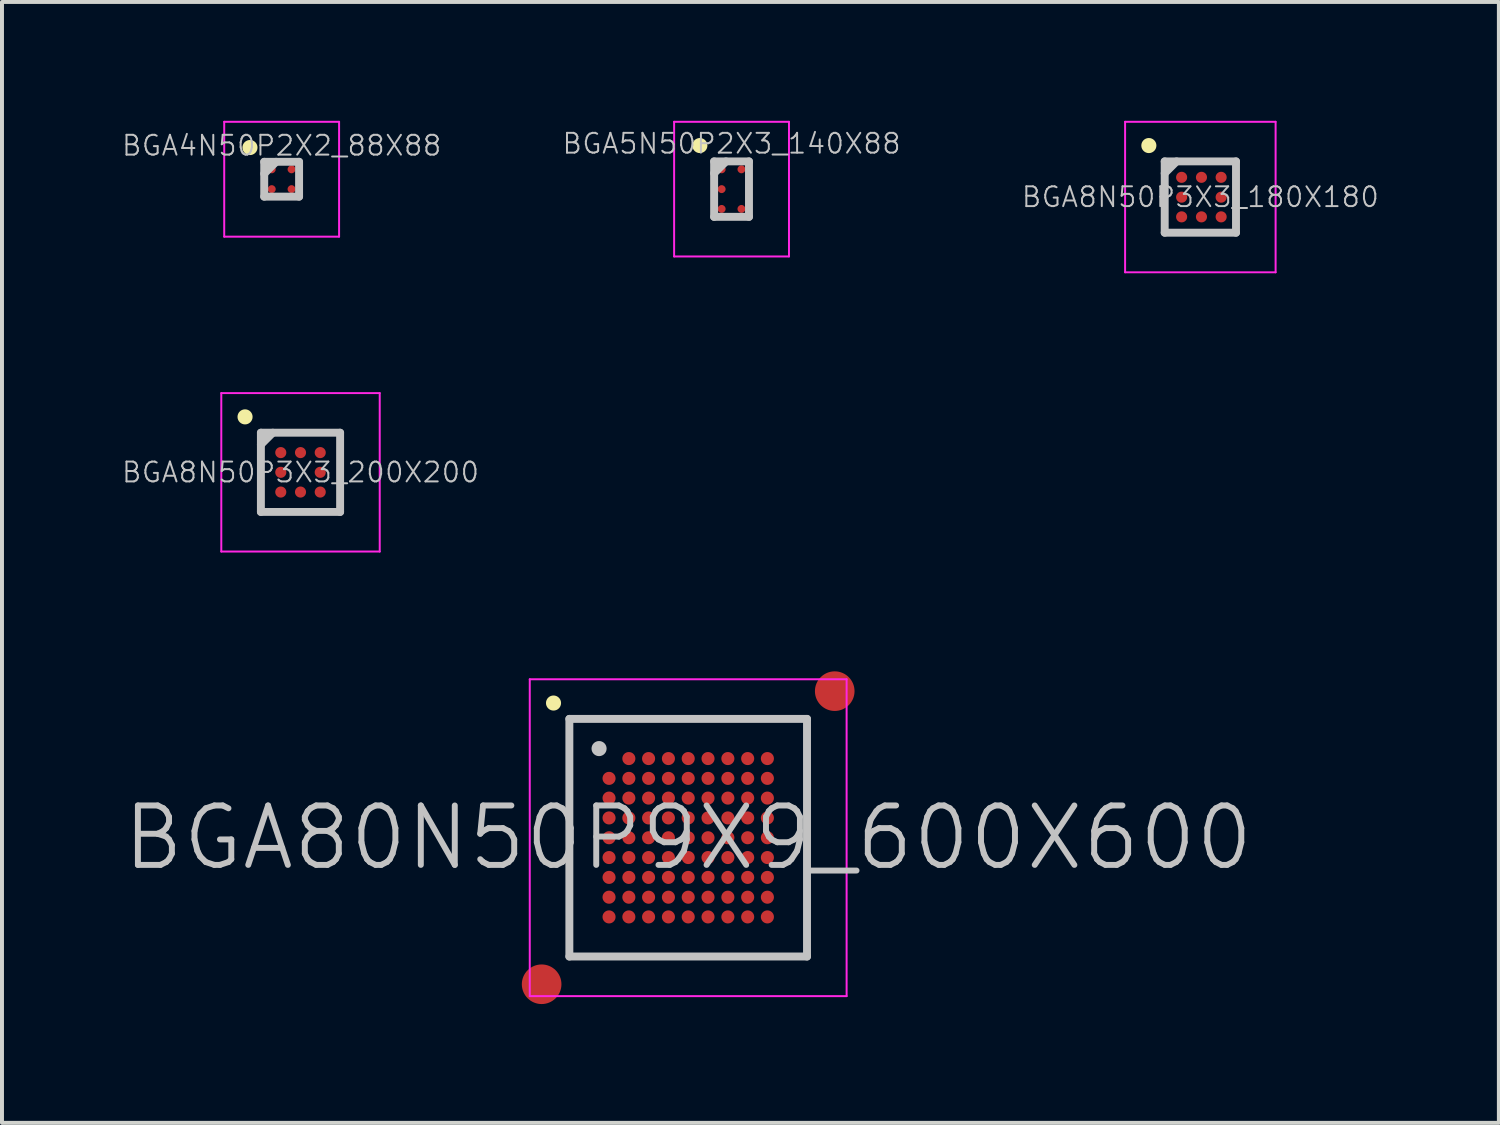
<source format=kicad_pcb>
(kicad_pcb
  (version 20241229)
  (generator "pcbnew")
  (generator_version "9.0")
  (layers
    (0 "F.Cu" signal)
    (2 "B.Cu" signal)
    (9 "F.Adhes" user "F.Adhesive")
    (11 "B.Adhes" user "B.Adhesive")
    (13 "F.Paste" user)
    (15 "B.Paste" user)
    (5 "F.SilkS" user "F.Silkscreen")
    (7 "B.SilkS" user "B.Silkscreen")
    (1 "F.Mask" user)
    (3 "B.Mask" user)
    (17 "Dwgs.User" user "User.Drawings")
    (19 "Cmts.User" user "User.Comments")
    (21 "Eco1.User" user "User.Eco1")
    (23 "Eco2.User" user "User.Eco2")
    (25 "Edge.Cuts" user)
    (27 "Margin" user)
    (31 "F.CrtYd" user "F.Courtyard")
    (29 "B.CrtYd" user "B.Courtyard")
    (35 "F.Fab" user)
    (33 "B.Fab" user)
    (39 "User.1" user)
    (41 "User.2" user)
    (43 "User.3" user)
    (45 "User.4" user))
  (footprint "BGA8N50P3X3_200X200"
    (layer "F.Cu")
    (at 4.537 8.875)
    (property "Reference" "BGA8N50P3X3_200X200" (at 0 0 0) (layer "Dwgs.User") (effects (font (size 0.5 0.5) (thickness 0.05))))
    (attr smd)
    (fp_line (start -1.4 -1.4) (end -1.4 -1.4) (stroke (width 0.381) (type solid)) (layer "F.SilkS"))
    (fp_line (start -1 -1) (end -1 1) (stroke (width 0.2) (type solid)) (layer "Dwgs.User"))
    (fp_line (start -1 -1) (end 1 -1) (stroke (width 0.2) (type solid)) (layer "Dwgs.User"))
    (fp_line (start -1 -0.7) (end -0.7 -1) (stroke (width 0.2) (type solid)) (layer "Dwgs.User"))
    (fp_line (start -1 1) (end 1 1) (stroke (width 0.2) (type solid)) (layer "Dwgs.User"))
    (fp_line (start 1 -1) (end 1 1) (stroke (width 0.2) (type solid)) (layer "Dwgs.User"))
    (fp_line (start -2 -2) (end -2 2) (stroke (width 0.05) (type solid)) (layer "F.CrtYd"))
    (fp_line (start -2 -2) (end 2 -2) (stroke (width 0.05) (type solid)) (layer "F.CrtYd"))
    (fp_line (start -2 2) (end 2 2) (stroke (width 0.05) (type solid)) (layer "F.CrtYd"))
    (fp_line (start 2 -2) (end 2 2) (stroke (width 0.05) (type solid)) (layer "F.CrtYd"))
    (pad "A1" smd circle (at -0.498 -0.498 270) (size 0.28 0.28) (layers "F.Cu" "F.Mask" "F.Paste"))
    (pad "A2" smd circle (at 0 -0.498 270) (size 0.28 0.28) (layers "F.Cu" "F.Mask" "F.Paste"))
    (pad "A3" smd circle (at 0.498 -0.498 270) (size 0.28 0.28) (layers "F.Cu" "F.Mask" "F.Paste"))
    (pad "B1" smd circle (at -0.498 0 270) (size 0.28 0.28) (layers "F.Cu" "F.Mask" "F.Paste"))
    (pad "B3" smd circle (at 0.498 0 270) (size 0.28 0.28) (layers "F.Cu" "F.Mask" "F.Paste"))
    (pad "C1" smd circle (at -0.498 0.498 270) (size 0.28 0.28) (layers "F.Cu" "F.Mask" "F.Paste"))
    (pad "C2" smd circle (at 0 0.498 270) (size 0.28 0.28) (layers "F.Cu" "F.Mask" "F.Paste"))
    (pad "C3" smd circle (at 0.498 0.498 270) (size 0.28 0.28) (layers "F.Cu" "F.Mask" "F.Paste")))
  (footprint "BGA4N50P2X2_88X88"
    (layer "F.Cu")
    (at 4.061 1.475)
    (property "Reference" "BGA4N50P2X2_88X88" (at 0 -0.85 0) (layer "Dwgs.User") (effects (font (size 0.5 0.5) (thickness 0.05))))
    (attr smd)
    (fp_line (start -0.8 -0.8) (end -0.8 -0.8) (stroke (width 0.381) (type solid)) (layer "F.SilkS"))
    (fp_line (start -0.44 -0.44) (end -0.44 0.44) (stroke (width 0.2) (type solid)) (layer "Dwgs.User"))
    (fp_line (start -0.44 -0.44) (end 0.44 -0.44) (stroke (width 0.2) (type solid)) (layer "Dwgs.User"))
    (fp_line (start -0.44 -0.14) (end -0.14 -0.44) (stroke (width 0.2) (type solid)) (layer "Dwgs.User"))
    (fp_line (start -0.44 0.44) (end 0.44 0.44) (stroke (width 0.2) (type solid)) (layer "Dwgs.User"))
    (fp_line (start 0.44 -0.44) (end 0.44 0.44) (stroke (width 0.2) (type solid)) (layer "Dwgs.User"))
    (fp_line (start -1.45 -1.45) (end -1.45 1.45) (stroke (width 0.05) (type solid)) (layer "F.CrtYd"))
    (fp_line (start -1.45 -1.45) (end 1.45 -1.45) (stroke (width 0.05) (type solid)) (layer "F.CrtYd"))
    (fp_line (start -1.45 1.45) (end 1.45 1.45) (stroke (width 0.05) (type solid)) (layer "F.CrtYd"))
    (fp_line (start 1.45 -1.45) (end 1.45 1.45) (stroke (width 0.05) (type solid)) (layer "F.CrtYd"))
    (pad "A1" smd circle (at -0.25 -0.25) (size 0.2 0.2) (layers "F.Cu" "F.Mask" "F.Paste"))
    (pad "A2" smd circle (at 0.25 -0.25) (size 0.2 0.2) (layers "F.Cu" "F.Mask" "F.Paste"))
    (pad "B1" smd circle (at -0.25 0.25) (size 0.2 0.2) (layers "F.Cu" "F.Mask" "F.Paste"))
    (pad "B2" smd circle (at 0.25 0.25) (size 0.2 0.2) (layers "F.Cu" "F.Mask" "F.Paste")))
  (footprint "BGA5N50P2X3_140X88"
    (layer "F.Cu")
    (at 15.42 1.725)
    (property "Reference" "BGA5N50P2X3_140X88" (at 0 -1.15 0) (layer "Dwgs.User") (effects (font (size 0.5 0.5) (thickness 0.05))))
    (attr smd)
    (fp_line (start -0.8 -1.1) (end -0.8 -1.1) (stroke (width 0.381) (type solid)) (layer "F.SilkS"))
    (fp_line (start -0.44 -0.7) (end -0.44 0.7) (stroke (width 0.2) (type solid)) (layer "Dwgs.User"))
    (fp_line (start -0.44 -0.7) (end 0.44 -0.7) (stroke (width 0.2) (type solid)) (layer "Dwgs.User"))
    (fp_line (start -0.44 -0.4) (end -0.14 -0.7) (stroke (width 0.2) (type solid)) (layer "Dwgs.User"))
    (fp_line (start -0.44 0.7) (end 0.44 0.7) (stroke (width 0.2) (type solid)) (layer "Dwgs.User"))
    (fp_line (start 0.44 -0.7) (end 0.44 0.7) (stroke (width 0.2) (type solid)) (layer "Dwgs.User"))
    (fp_line (start -1.45 -1.7) (end -1.45 1.7) (stroke (width 0.05) (type solid)) (layer "F.CrtYd"))
    (fp_line (start -1.45 -1.7) (end 1.45 -1.7) (stroke (width 0.05) (type solid)) (layer "F.CrtYd"))
    (fp_line (start -1.45 1.7) (end 1.45 1.7) (stroke (width 0.05) (type solid)) (layer "F.CrtYd"))
    (fp_line (start 1.45 -1.7) (end 1.45 1.7) (stroke (width 0.05) (type solid)) (layer "F.CrtYd"))
    (pad "A1" smd circle (at -0.25 -0.5) (size 0.2 0.2) (layers "F.Cu" "F.Mask" "F.Paste"))
    (pad "A2" smd circle (at 0.25 -0.5) (size 0.2 0.2) (layers "F.Cu" "F.Mask" "F.Paste"))
    (pad "B1" smd circle (at -0.25 0) (size 0.2 0.2) (layers "F.Cu" "F.Mask" "F.Paste"))
    (pad "C1" smd circle (at -0.25 0.5) (size 0.2 0.2) (layers "F.Cu" "F.Mask" "F.Paste"))
    (pad "C2" smd circle (at 0.25 0.5) (size 0.2 0.2) (layers "F.Cu" "F.Mask" "F.Paste")))
  (footprint "BGA8N50P3X3_180X180"
    (layer "F.Cu")
    (at 27.256 1.925)
    (property "Reference" "BGA8N50P3X3_180X180" (at 0 0 0) (layer "Dwgs.User") (effects (font (size 0.5 0.5) (thickness 0.05))))
    (attr smd)
    (fp_line (start -1.3 -1.3) (end -1.3 -1.3) (stroke (width 0.381) (type solid)) (layer "F.SilkS"))
    (fp_line (start -0.9 -0.9) (end -0.9 0.9) (stroke (width 0.2) (type solid)) (layer "Dwgs.User"))
    (fp_line (start -0.9 -0.9) (end 0.9 -0.9) (stroke (width 0.2) (type solid)) (layer "Dwgs.User"))
    (fp_line (start -0.9 -0.6) (end -0.6 -0.9) (stroke (width 0.2) (type solid)) (layer "Dwgs.User"))
    (fp_line (start -0.9 0.9) (end 0.9 0.9) (stroke (width 0.2) (type solid)) (layer "Dwgs.User"))
    (fp_line (start 0.9 -0.9) (end 0.9 0.9) (stroke (width 0.2) (type solid)) (layer "Dwgs.User"))
    (fp_line (start -1.9 -1.9) (end -1.9 1.9) (stroke (width 0.05) (type solid)) (layer "F.CrtYd"))
    (fp_line (start -1.9 -1.9) (end 1.9 -1.9) (stroke (width 0.05) (type solid)) (layer "F.CrtYd"))
    (fp_line (start -1.9 1.9) (end 1.9 1.9) (stroke (width 0.05) (type solid)) (layer "F.CrtYd"))
    (fp_line (start 1.9 -1.9) (end 1.9 1.9) (stroke (width 0.05) (type solid)) (layer "F.CrtYd"))
    (pad "A1" smd circle (at -0.473 -0.498) (size 0.28 0.28) (layers "F.Cu" "F.Mask" "F.Paste"))
    (pad "A2" smd circle (at 0.028 -0.498) (size 0.28 0.28) (layers "F.Cu" "F.Mask" "F.Paste"))
    (pad "A3" smd circle (at 0.525 -0.498) (size 0.28 0.28) (layers "F.Cu" "F.Mask" "F.Paste"))
    (pad "B1" smd circle (at -0.473 0.003) (size 0.28 0.28) (layers "F.Cu" "F.Mask" "F.Paste"))
    (pad "B3" smd circle (at 0.525 0.003) (size 0.28 0.28) (layers "F.Cu" "F.Mask" "F.Paste"))
    (pad "C1" smd circle (at -0.473 0.5) (size 0.28 0.28) (layers "F.Cu" "F.Mask" "F.Paste"))
    (pad "C2" smd circle (at 0.028 0.5) (size 0.28 0.28) (layers "F.Cu" "F.Mask" "F.Paste"))
    (pad "C3" smd circle (at 0.525 0.5) (size 0.28 0.28) (layers "F.Cu" "F.Mask" "F.Paste")))
  (footprint "BGA80N50P9X9_600X600"
    (layer "F.Cu")
    (at 14.325 18.1)
    (property "Reference" "BGA80N50P9X9_600X600" (at 0 0 0) (layer "Dwgs.User") (effects (font (size 1.5 1.5) (thickness 0.15))))
    (attr smd)
    (fp_line (start -3.4 -3.4) (end -3.4 -3.4) (stroke (width 0.381) (type solid)) (layer "F.SilkS"))
    (fp_line (start -3 -3) (end -3 3) (stroke (width 0.2) (type solid)) (layer "Dwgs.User"))
    (fp_line (start -3 -3) (end 3 -3) (stroke (width 0.2) (type solid)) (layer "Dwgs.User"))
    (fp_line (start -3 3) (end 3 3) (stroke (width 0.2) (type solid)) (layer "Dwgs.User"))
    (fp_line (start -2.25 -2.25) (end -2.25 -2.25) (stroke (width 0.381) (type solid)) (layer "Dwgs.User"))
    (fp_line (start 3 -3) (end 3 3) (stroke (width 0.2) (type solid)) (layer "Dwgs.User"))
    (fp_line (start -4 -4) (end -4 4) (stroke (width 0.05) (type solid)) (layer "F.CrtYd"))
    (fp_line (start -4 -4) (end 4 -4) (stroke (width 0.05) (type solid)) (layer "F.CrtYd"))
    (fp_line (start -4 4) (end 4 4) (stroke (width 0.05) (type solid)) (layer "F.CrtYd"))
    (fp_line (start 4 -4) (end 4 4) (stroke (width 0.05) (type solid)) (layer "F.CrtYd"))
    (pad "" smd circle (at -3.7 3.7) (size 1 1) (layers "F.Cu" "F.Mask"))
    (pad "" smd circle (at 3.7 -3.7) (size 1 1) (layers "F.Cu" "F.Mask"))
    (pad "A2" smd circle (at -1.498 -1.998) (size 0.33 0.33) (layers "F.Cu" "F.Mask" "F.Paste"))
    (pad "A3" smd circle (at -1 -1.998) (size 0.33 0.33) (layers "F.Cu" "F.Mask" "F.Paste"))
    (pad "A4" smd circle (at -0.499 -1.998) (size 0.33 0.33) (layers "F.Cu" "F.Mask" "F.Paste"))
    (pad "A5" smd circle (at 0.001 -1.998) (size 0.33 0.33) (layers "F.Cu" "F.Mask" "F.Paste"))
    (pad "A6" smd circle (at 0.501 -1.998) (size 0.33 0.33) (layers "F.Cu" "F.Mask" "F.Paste"))
    (pad "A7" smd circle (at 1.002 -1.998) (size 0.33 0.33) (layers "F.Cu" "F.Mask" "F.Paste"))
    (pad "A8" smd circle (at 1.502 -1.998) (size 0.33 0.33) (layers "F.Cu" "F.Mask" "F.Paste"))
    (pad "A9" smd circle (at 2 -1.998) (size 0.33 0.33) (layers "F.Cu" "F.Mask" "F.Paste"))
    (pad "B1" smd circle (at -1.998 -1.498) (size 0.33 0.33) (layers "F.Cu" "F.Mask" "F.Paste"))
    (pad "B2" smd circle (at -1.498 -1.498) (size 0.33 0.33) (layers "F.Cu" "F.Mask" "F.Paste"))
    (pad "B3" smd circle (at -1 -1.498) (size 0.33 0.33) (layers "F.Cu" "F.Mask" "F.Paste"))
    (pad "B4" smd circle (at -0.499 -1.498) (size 0.33 0.33) (layers "F.Cu" "F.Mask" "F.Paste"))
    (pad "B5" smd circle (at 0.001 -1.498) (size 0.33 0.33) (layers "F.Cu" "F.Mask" "F.Paste"))
    (pad "B6" smd circle (at 0.501 -1.498) (size 0.33 0.33) (layers "F.Cu" "F.Mask" "F.Paste"))
    (pad "B7" smd circle (at 1.002 -1.498) (size 0.33 0.33) (layers "F.Cu" "F.Mask" "F.Paste"))
    (pad "B8" smd circle (at 1.502 -1.498) (size 0.33 0.33) (layers "F.Cu" "F.Mask" "F.Paste"))
    (pad "B9" smd circle (at 2 -1.498) (size 0.33 0.33) (layers "F.Cu" "F.Mask" "F.Paste"))
    (pad "C1" smd circle (at -1.998 -1) (size 0.33 0.33) (layers "F.Cu" "F.Mask" "F.Paste"))
    (pad "C2" smd circle (at -1.498 -1) (size 0.33 0.33) (layers "F.Cu" "F.Mask" "F.Paste"))
    (pad "C3" smd circle (at -1 -1) (size 0.33 0.33) (layers "F.Cu" "F.Mask" "F.Paste"))
    (pad "C4" smd circle (at -0.499 -1) (size 0.33 0.33) (layers "F.Cu" "F.Mask" "F.Paste"))
    (pad "C5" smd circle (at 0.001 -1) (size 0.33 0.33) (layers "F.Cu" "F.Mask" "F.Paste"))
    (pad "C6" smd circle (at 0.501 -1) (size 0.33 0.33) (layers "F.Cu" "F.Mask" "F.Paste"))
    (pad "C7" smd circle (at 1.002 -1) (size 0.33 0.33) (layers "F.Cu" "F.Mask" "F.Paste"))
    (pad "C8" smd circle (at 1.502 -1) (size 0.33 0.33) (layers "F.Cu" "F.Mask" "F.Paste"))
    (pad "C9" smd circle (at 2 -1) (size 0.33 0.33) (layers "F.Cu" "F.Mask" "F.Paste"))
    (pad "D1" smd circle (at -1.998 -0.499) (size 0.33 0.33) (layers "F.Cu" "F.Mask" "F.Paste"))
    (pad "D2" smd circle (at -1.498 -0.499) (size 0.33 0.33) (layers "F.Cu" "F.Mask" "F.Paste"))
    (pad "D3" smd circle (at -1 -0.499) (size 0.33 0.33) (layers "F.Cu" "F.Mask" "F.Paste"))
    (pad "D4" smd circle (at -0.499 -0.499) (size 0.33 0.33) (layers "F.Cu" "F.Mask" "F.Paste"))
    (pad "D5" smd circle (at 0.001 -0.499) (size 0.33 0.33) (layers "F.Cu" "F.Mask" "F.Paste"))
    (pad "D6" smd circle (at 0.501 -0.499) (size 0.33 0.33) (layers "F.Cu" "F.Mask" "F.Paste"))
    (pad "D7" smd circle (at 1.002 -0.499) (size 0.33 0.33) (layers "F.Cu" "F.Mask" "F.Paste"))
    (pad "D8" smd circle (at 1.502 -0.499) (size 0.33 0.33) (layers "F.Cu" "F.Mask" "F.Paste"))
    (pad "D9" smd circle (at 2 -0.499) (size 0.33 0.33) (layers "F.Cu" "F.Mask" "F.Paste"))
    (pad "E1" smd circle (at -1.998 0.001) (size 0.33 0.33) (layers "F.Cu" "F.Mask" "F.Paste"))
    (pad "E2" smd circle (at -1.498 0.001) (size 0.33 0.33) (layers "F.Cu" "F.Mask" "F.Paste"))
    (pad "E3" smd circle (at -1 0.001) (size 0.33 0.33) (layers "F.Cu" "F.Mask" "F.Paste"))
    (pad "E4" smd circle (at -0.499 0.001) (size 0.33 0.33) (layers "F.Cu" "F.Mask" "F.Paste"))
    (pad "E5" smd circle (at 0.001 0.001) (size 0.33 0.33) (layers "F.Cu" "F.Mask" "F.Paste"))
    (pad "E6" smd circle (at 0.501 0.001) (size 0.33 0.33) (layers "F.Cu" "F.Mask" "F.Paste"))
    (pad "E7" smd circle (at 1.002 0.001) (size 0.33 0.33) (layers "F.Cu" "F.Mask" "F.Paste"))
    (pad "E8" smd circle (at 1.502 0.001) (size 0.33 0.33) (layers "F.Cu" "F.Mask" "F.Paste"))
    (pad "E9" smd circle (at 2 0.001) (size 0.33 0.33) (layers "F.Cu" "F.Mask" "F.Paste"))
    (pad "F1" smd circle (at -1.998 0.501) (size 0.33 0.33) (layers "F.Cu" "F.Mask" "F.Paste"))
    (pad "F2" smd circle (at -1.498 0.501) (size 0.33 0.33) (layers "F.Cu" "F.Mask" "F.Paste"))
    (pad "F3" smd circle (at -1 0.501) (size 0.33 0.33) (layers "F.Cu" "F.Mask" "F.Paste"))
    (pad "F4" smd circle (at -0.499 0.501) (size 0.33 0.33) (layers "F.Cu" "F.Mask" "F.Paste"))
    (pad "F5" smd circle (at 0.001 0.501) (size 0.33 0.33) (layers "F.Cu" "F.Mask" "F.Paste"))
    (pad "F6" smd circle (at 0.501 0.501) (size 0.33 0.33) (layers "F.Cu" "F.Mask" "F.Paste"))
    (pad "F7" smd circle (at 1.002 0.501) (size 0.33 0.33) (layers "F.Cu" "F.Mask" "F.Paste"))
    (pad "F8" smd circle (at 1.502 0.501) (size 0.33 0.33) (layers "F.Cu" "F.Mask" "F.Paste"))
    (pad "F9" smd circle (at 2 0.501) (size 0.33 0.33) (layers "F.Cu" "F.Mask" "F.Paste"))
    (pad "G1" smd circle (at -1.998 1.002) (size 0.33 0.33) (layers "F.Cu" "F.Mask" "F.Paste"))
    (pad "G2" smd circle (at -1.498 1.002) (size 0.33 0.33) (layers "F.Cu" "F.Mask" "F.Paste"))
    (pad "G3" smd circle (at -1 1.002) (size 0.33 0.33) (layers "F.Cu" "F.Mask" "F.Paste"))
    (pad "G4" smd circle (at -0.499 1.002) (size 0.33 0.33) (layers "F.Cu" "F.Mask" "F.Paste"))
    (pad "G5" smd circle (at 0.001 1.002) (size 0.33 0.33) (layers "F.Cu" "F.Mask" "F.Paste"))
    (pad "G6" smd circle (at 0.501 1.002) (size 0.33 0.33) (layers "F.Cu" "F.Mask" "F.Paste"))
    (pad "G7" smd circle (at 1.002 1.002) (size 0.33 0.33) (layers "F.Cu" "F.Mask" "F.Paste"))
    (pad "G8" smd circle (at 1.502 1.002) (size 0.33 0.33) (layers "F.Cu" "F.Mask" "F.Paste"))
    (pad "G9" smd circle (at 2 1.002) (size 0.33 0.33) (layers "F.Cu" "F.Mask" "F.Paste"))
    (pad "H1" smd circle (at -1.998 1.502) (size 0.33 0.33) (layers "F.Cu" "F.Mask" "F.Paste"))
    (pad "H2" smd circle (at -1.498 1.502) (size 0.33 0.33) (layers "F.Cu" "F.Mask" "F.Paste"))
    (pad "H3" smd circle (at -1 1.502) (size 0.33 0.33) (layers "F.Cu" "F.Mask" "F.Paste"))
    (pad "H4" smd circle (at -0.499 1.502) (size 0.33 0.33) (layers "F.Cu" "F.Mask" "F.Paste"))
    (pad "H5" smd circle (at 0.001 1.502) (size 0.33 0.33) (layers "F.Cu" "F.Mask" "F.Paste"))
    (pad "H6" smd circle (at 0.501 1.502) (size 0.33 0.33) (layers "F.Cu" "F.Mask" "F.Paste"))
    (pad "H7" smd circle (at 1.002 1.502) (size 0.33 0.33) (layers "F.Cu" "F.Mask" "F.Paste"))
    (pad "H8" smd circle (at 1.502 1.502) (size 0.33 0.33) (layers "F.Cu" "F.Mask" "F.Paste"))
    (pad "H9" smd circle (at 2 1.502) (size 0.33 0.33) (layers "F.Cu" "F.Mask" "F.Paste"))
    (pad "J1" smd circle (at -1.998 2) (size 0.33 0.33) (layers "F.Cu" "F.Mask" "F.Paste"))
    (pad "J2" smd circle (at -1.498 2) (size 0.33 0.33) (layers "F.Cu" "F.Mask" "F.Paste"))
    (pad "J3" smd circle (at -1 2) (size 0.33 0.33) (layers "F.Cu" "F.Mask" "F.Paste"))
    (pad "J4" smd circle (at -0.499 2) (size 0.33 0.33) (layers "F.Cu" "F.Mask" "F.Paste"))
    (pad "J5" smd circle (at 0.001 2) (size 0.33 0.33) (layers "F.Cu" "F.Mask" "F.Paste"))
    (pad "J6" smd circle (at 0.501 2) (size 0.33 0.33) (layers "F.Cu" "F.Mask" "F.Paste"))
    (pad "J7" smd circle (at 1.002 2) (size 0.33 0.33) (layers "F.Cu" "F.Mask" "F.Paste"))
    (pad "J8" smd circle (at 1.502 2) (size 0.33 0.33) (layers "F.Cu" "F.Mask" "F.Paste"))
    (pad "J9" smd circle (at 2 2) (size 0.33 0.33) (layers "F.Cu" "F.Mask" "F.Paste")))
  (gr_rect
    (start -3 -3)
    (end 34.793 25.3)
    (stroke (width 0.1) (type default))
    (fill no)
    (layer "Edge.Cuts")))
</source>
